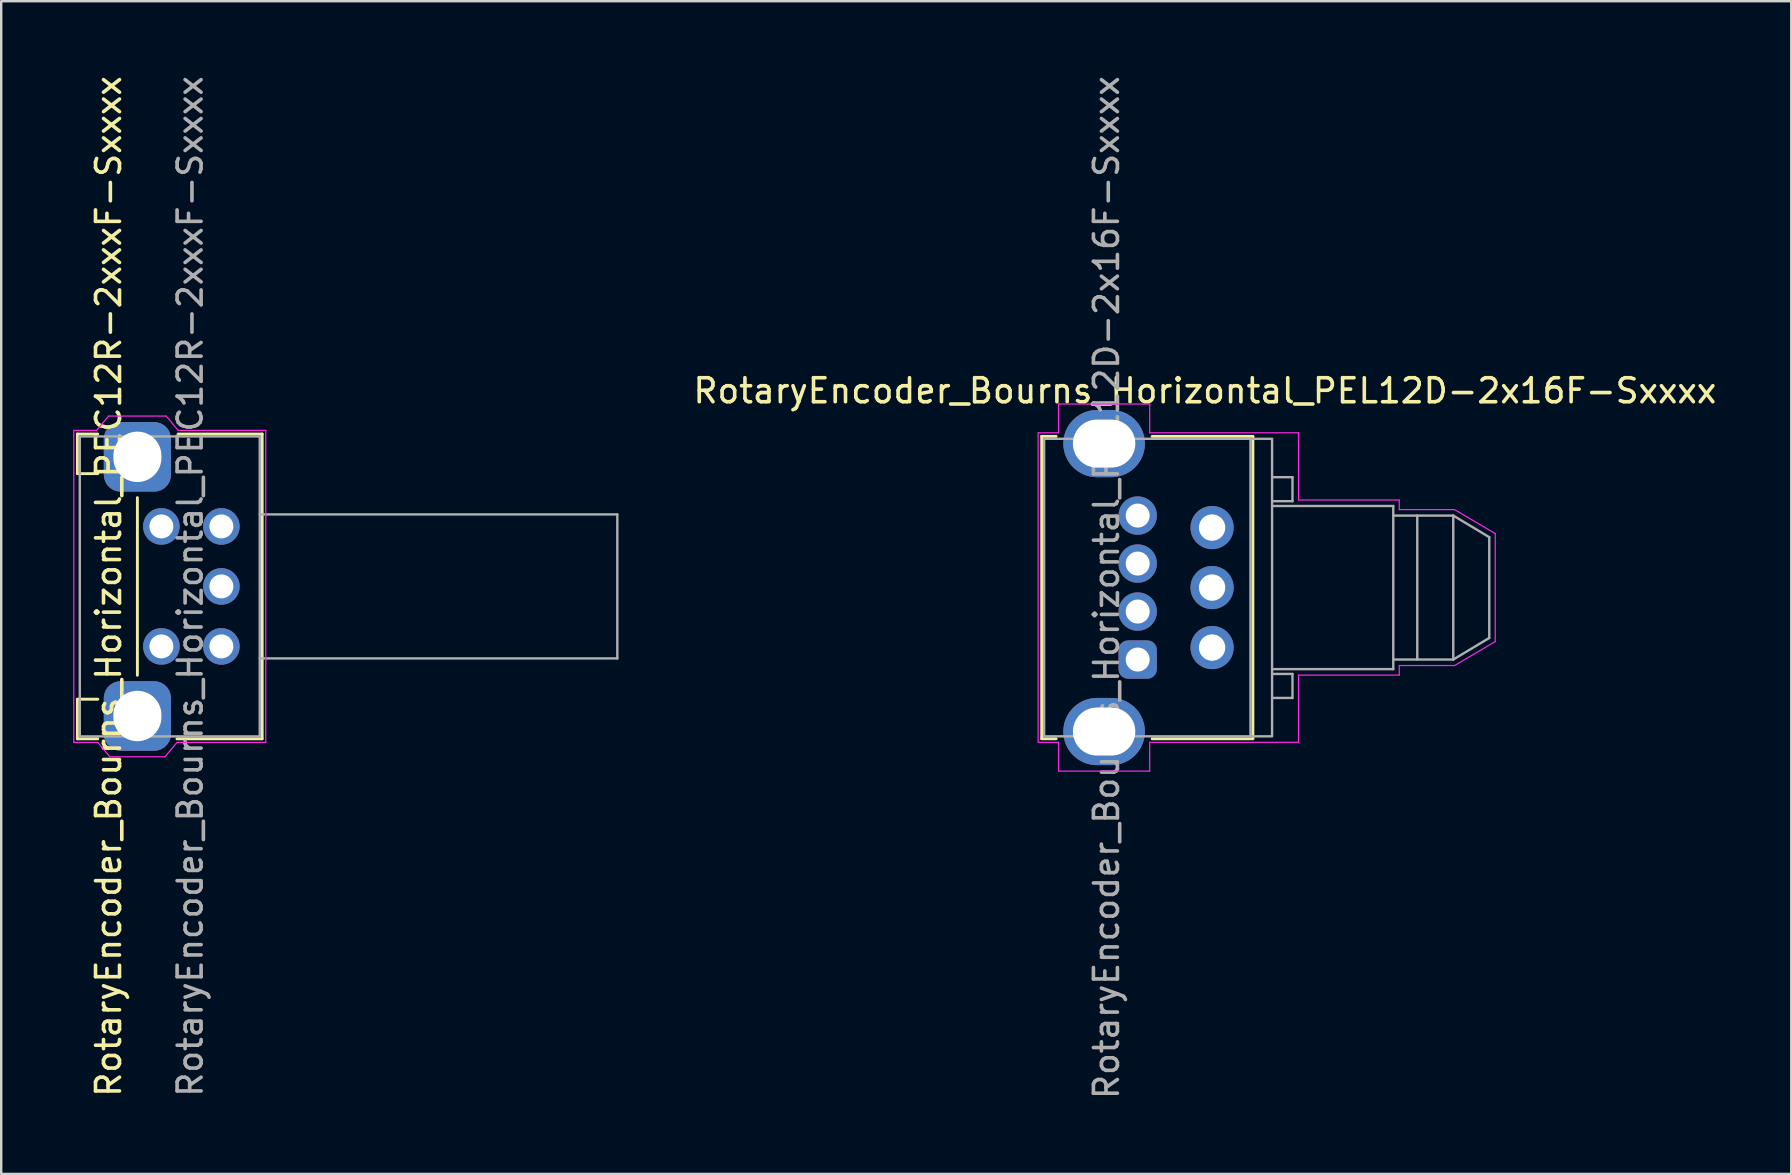
<source format=kicad_pcb>
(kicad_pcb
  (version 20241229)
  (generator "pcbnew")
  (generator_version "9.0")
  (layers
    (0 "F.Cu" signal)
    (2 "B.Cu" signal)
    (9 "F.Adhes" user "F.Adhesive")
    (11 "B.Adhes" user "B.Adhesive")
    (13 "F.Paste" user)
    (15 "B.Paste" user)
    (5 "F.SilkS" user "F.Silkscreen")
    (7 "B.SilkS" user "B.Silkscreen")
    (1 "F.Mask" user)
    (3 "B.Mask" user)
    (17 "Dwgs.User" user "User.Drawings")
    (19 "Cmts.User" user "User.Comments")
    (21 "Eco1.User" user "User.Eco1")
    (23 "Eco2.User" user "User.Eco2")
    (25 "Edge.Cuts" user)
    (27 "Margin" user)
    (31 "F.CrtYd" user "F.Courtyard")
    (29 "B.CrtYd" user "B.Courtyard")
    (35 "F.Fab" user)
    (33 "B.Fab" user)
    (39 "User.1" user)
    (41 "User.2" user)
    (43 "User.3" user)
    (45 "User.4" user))
  (footprint "RotaryEncoder_Bourns_Horizontal_PEL12D-2x16F-Sxxxx"
    (layer "F.Cu")
    (at 44.36 24.435)
    (property "Reference" "RotaryEncoder_Bourns_Horizontal_PEL12D-2x16F-Sxxxx" (at 2.8 -11.2 0) (layer "F.SilkS") (effects (font (size 1 1) (thickness 0.15))))
    (attr through_hole)
    (fp_line (start -4 -9.3) (end -4 3.3) (stroke (width 0.12) (type default)) (layer "F.SilkS"))
    (fp_line (start -4 3.3) (end -3.4 3.3) (stroke (width 0.12) (type default)) (layer "F.SilkS"))
    (fp_line (start -3.4 -9.3) (end -4 -9.3) (stroke (width 0.12) (type default)) (layer "F.SilkS"))
    (fp_line (start 0.6 3.3) (end 4.8 3.3) (stroke (width 0.12) (type default)) (layer "F.SilkS"))
    (fp_line (start 4.8 -9.3) (end 0.6 -9.3) (stroke (width 0.12) (type default)) (layer "F.SilkS"))
    (fp_line (start 4.8 3.3) (end 4.8 -9.3) (stroke (width 0.12) (type default)) (layer "F.SilkS"))
    (fp_line (start -4.15 -9.45) (end -4.15 3.45) (stroke (width 0.05) (type default)) (layer "F.CrtYd"))
    (fp_line (start -4.15 3.45) (end -3.3 3.45) (stroke (width 0.05) (type default)) (layer "F.CrtYd"))
    (fp_line (start -3.3 -10.65) (end -3.3 -9.45) (stroke (width 0.05) (type default)) (layer "F.CrtYd"))
    (fp_line (start -3.3 -9.45) (end -4.15 -9.45) (stroke (width 0.05) (type default)) (layer "F.CrtYd"))
    (fp_line (start -3.3 3.45) (end -3.3 4.65) (stroke (width 0.05) (type default)) (layer "F.CrtYd"))
    (fp_line (start -3.3 4.65) (end 0.5 4.65) (stroke (width 0.05) (type default)) (layer "F.CrtYd"))
    (fp_line (start 0.5 -10.65) (end -3.3 -10.65) (stroke (width 0.05) (type default)) (layer "F.CrtYd"))
    (fp_line (start 0.5 -9.45) (end 0.5 -10.65) (stroke (width 0.05) (type default)) (layer "F.CrtYd"))
    (fp_line (start 0.5 3.45) (end 6.7 3.45) (stroke (width 0.05) (type default)) (layer "F.CrtYd"))
    (fp_line (start 0.5 4.65) (end 0.5 3.45) (stroke (width 0.05) (type default)) (layer "F.CrtYd"))
    (fp_line (start 6.7 -9.45) (end 0.5 -9.45) (stroke (width 0.05) (type default)) (layer "F.CrtYd"))
    (fp_line (start 6.7 -6.65) (end 6.7 -9.45) (stroke (width 0.05) (type default)) (layer "F.CrtYd"))
    (fp_line (start 6.7 0.65) (end 6.7 3.45) (stroke (width 0.05) (type default)) (layer "F.CrtYd"))
    (fp_line (start 10.9 -6.65) (end 6.7 -6.65) (stroke (width 0.05) (type default)) (layer "F.CrtYd"))
    (fp_line (start 10.9 -6.25) (end 10.9 -6.65) (stroke (width 0.05) (type default)) (layer "F.CrtYd"))
    (fp_line (start 10.9 0.25) (end 13.2 0.25) (stroke (width 0.05) (type default)) (layer "F.CrtYd"))
    (fp_line (start 10.9 0.65) (end 6.7 0.65) (stroke (width 0.05) (type default)) (layer "F.CrtYd"))
    (fp_line (start 10.9 0.65) (end 10.9 0.25) (stroke (width 0.05) (type default)) (layer "F.CrtYd"))
    (fp_line (start 13.2 -6.25) (end 10.9 -6.25) (stroke (width 0.05) (type default)) (layer "F.CrtYd"))
    (fp_line (start 13.2 -6.25) (end 14.9 -5.25) (stroke (width 0.05) (type default)) (layer "F.CrtYd"))
    (fp_line (start 13.2 0.25) (end 14.9 -0.75) (stroke (width 0.05) (type default)) (layer "F.CrtYd"))
    (fp_line (start 14.9 -0.75) (end 14.9 -5.25) (stroke (width 0.05) (type default)) (layer "F.CrtYd"))
    (fp_line (start 4.7 -9.2) (end 4.7 3.2) (stroke (width 0.1) (type default)) (layer "F.Fab"))
    (fp_line (start 5.65 -7.6) (end 6.45 -7.6) (stroke (width 0.1) (type default)) (layer "F.Fab"))
    (fp_line (start 5.65 -6.4) (end 10.65 -6.4) (stroke (width 0.1) (type default)) (layer "F.Fab"))
    (fp_line (start 5.65 1.6) (end 6.45 1.6) (stroke (width 0.1) (type default)) (layer "F.Fab"))
    (fp_line (start 6.45 -7.6) (end 6.45 -6.6) (stroke (width 0.1) (type default)) (layer "F.Fab"))
    (fp_line (start 6.45 -6.6) (end 5.65 -6.6) (stroke (width 0.1) (type default)) (layer "F.Fab"))
    (fp_line (start 6.45 0.6) (end 5.65 0.6) (stroke (width 0.1) (type default)) (layer "F.Fab"))
    (fp_line (start 6.45 1.6) (end 6.45 0.6) (stroke (width 0.1) (type default)) (layer "F.Fab"))
    (fp_line (start 10.65 -6.4) (end 10.65 0.4) (stroke (width 0.1) (type default)) (layer "F.Fab"))
    (fp_line (start 10.65 -6) (end 13.15 -6) (stroke (width 0.1) (type default)) (layer "F.Fab"))
    (fp_line (start 10.65 0.4) (end 5.65 0.4) (stroke (width 0.1) (type default)) (layer "F.Fab"))
    (fp_line (start 11.65 -6) (end 11.65 0) (stroke (width 0.1) (type default)) (layer "F.Fab"))
    (fp_line (start 13.15 -6) (end 13.15 0) (stroke (width 0.1) (type default)) (layer "F.Fab"))
    (fp_line (start 13.15 -6) (end 14.65 -5.1) (stroke (width 0.1) (type default)) (layer "F.Fab"))
    (fp_line (start 13.15 0) (end 10.65 0) (stroke (width 0.1) (type default)) (layer "F.Fab"))
    (fp_line (start 13.15 0) (end 14.65 -0.9) (stroke (width 0.1) (type default)) (layer "F.Fab"))
    (fp_line (start 14.65 -0.9) (end 14.65 -5.1) (stroke (width 0.1) (type default)) (layer "F.Fab"))
    (fp_rect (start -3.9 -9.2) (end 5.6 3.2) (stroke (width 0.1) (type default)) (fill no) (layer "F.Fab"))
    (fp_text user "${REFERENCE}" (at -1.3 -3 90) (layer "F.Fab") (effects (font (size 1 1) (thickness 0.15))))
    (pad "1" thru_hole roundrect (at 0 0) (size 1.6 1.6) (drill 1) (layers "*.Cu" "*.Mask") (roundrect_rratio 0.25))
    (pad "2" thru_hole circle (at 0 -2) (size 1.6 1.6) (drill 1) (layers "*.Cu" "*.Mask"))
    (pad "3" thru_hole circle (at 0 -4) (size 1.6 1.6) (drill 1) (layers "*.Cu" "*.Mask"))
    (pad "4" thru_hole circle (at 0 -6) (size 1.6 1.6) (drill 1) (layers "*.Cu" "*.Mask"))
    (pad "A" thru_hole circle (at 3.1 -0.5) (size 1.8 1.8) (drill 1.1) (layers "*.Cu" "*.Mask"))
    (pad "B" thru_hole circle (at 3.1 -3) (size 1.8 1.8) (drill 1.1) (layers "*.Cu" "*.Mask"))
    (pad "C" thru_hole circle (at 3.1 -5.5) (size 1.8 1.8) (drill 1.1) (layers "*.Cu" "*.Mask"))
    (pad "SH" thru_hole oval (at -1.4 -9) (size 3.4 2.8) (drill oval 2.6 2) (layers "*.Cu" "*.Mask"))
    (pad "SH" thru_hole oval (at -1.4 3) (size 3.4 2.8) (drill oval 2.6 2) (layers "*.Cu" "*.Mask"))
    (zone (net_name "") (layer "F.Cu") (hatch edge 0.5) (connect_pads) (min_thickness 0.25) (filled_areas_thickness no) (keepout (tracks not_allowed) (vias not_allowed) (pads not_allowed) (copperpour allowed) (footprints allowed)) (placement (enabled no)) (fill) (polygon (pts (xy 41.16 15.035) (xy 40.26 15.035) (xy 40.26 15.735) (xy 41.16 15.735))))
    (zone (net_name "") (layer "F.Cu") (hatch edge 0.5) (connect_pads) (min_thickness 0.25) (filled_areas_thickness no) (keepout (tracks not_allowed) (vias not_allowed) (pads not_allowed) (copperpour allowed) (footprints allowed)) (placement (enabled no)) (fill) (polygon (pts (xy 41.16 27.135) (xy 40.26 27.135) (xy 40.26 27.835) (xy 41.16 27.835))))
    (zone (net_name "") (layers "F.Cu" "F.Fab") (hatch edge 0.5) (connect_pads) (min_thickness 0.25) (filled_areas_thickness no) (keepout (tracks not_allowed) (vias not_allowed) (pads not_allowed) (copperpour allowed) (footprints allowed)) (placement (enabled no)) (fill) (polygon (pts (xy 49.26 14.985) (xy 47.96 14.985) (xy 47.96 15.735) (xy 49.26 15.735))))
    (zone (net_name "") (layers "F.Cu" "F.Fab") (hatch edge 0.5) (connect_pads) (min_thickness 0.25) (filled_areas_thickness no) (keepout (tracks not_allowed) (vias not_allowed) (pads not_allowed) (copperpour allowed) (footprints allowed)) (placement (enabled no)) (fill) (polygon (pts (xy 49.26 27.135) (xy 47.96 27.135) (xy 47.96 27.885) (xy 49.26 27.885)))))
  (footprint "RotaryEncoder_Bourns_Horizontal_PEC12R-2xxxF-Sxxxx"
    (layer "F.Cu")
    (at 6.175 23.887)
    (property "Reference" "RotaryEncoder_Bourns_Horizontal_PEC12R-2xxxF-Sxxxx" (at -4.7 -2.5 270) (layer "F.SilkS") (effects (font (size 1 1) (thickness 0.15))))
    (attr through_hole)
    (fp_line (start -6 -8.85) (end -6 -7.2) (stroke (width 0.12) (type solid)) (layer "F.SilkS"))
    (fp_line (start -6 -7.2) (end -5.15 -7.2) (stroke (width 0.12) (type solid)) (layer "F.SilkS"))
    (fp_line (start -6 2.2) (end -5.15 2.2) (stroke (width 0.12) (type solid)) (layer "F.SilkS"))
    (fp_line (start -6 3.85) (end -6 2.2) (stroke (width 0.12) (type solid)) (layer "F.SilkS"))
    (fp_line (start -5.15 -8.85) (end -6 -8.85) (stroke (width 0.12) (type solid)) (layer "F.SilkS"))
    (fp_line (start -5.15 3.85) (end -6 3.85) (stroke (width 0.12) (type solid)) (layer "F.SilkS"))
    (fp_line (start -3.5 1.2) (end -3.5 -6.2) (stroke (width 0.12) (type solid)) (layer "F.SilkS"))
    (fp_line (start -1.85 3.85) (end 1.7 3.85) (stroke (width 0.12) (type solid)) (layer "F.SilkS"))
    (fp_line (start 1.7 -8.85) (end -1.8 -8.85) (stroke (width 0.12) (type solid)) (layer "F.SilkS"))
    (fp_line (start 1.7 3.85) (end 1.7 -8.85) (stroke (width 0.12) (type solid)) (layer "F.SilkS"))
    (fp_line (start -6.15 -9) (end -5.2 -9) (stroke (width 0.05) (type solid)) (layer "F.CrtYd"))
    (fp_line (start -6.15 4) (end -6.15 -9) (stroke (width 0.05) (type solid)) (layer "F.CrtYd"))
    (fp_line (start -6.15 4) (end -5.15 4) (stroke (width 0.05) (type solid)) (layer "F.CrtYd"))
    (fp_line (start -5.2 -9) (end -4.7 -9.6) (stroke (width 0.05) (type solid)) (layer "F.CrtYd"))
    (fp_line (start -5.15 4) (end -4.65 4.6) (stroke (width 0.05) (type solid)) (layer "F.CrtYd"))
    (fp_line (start -4.7 -9.6) (end -2.3 -9.6) (stroke (width 0.05) (type solid)) (layer "F.CrtYd"))
    (fp_line (start -2.35 4.6) (end -4.65 4.6) (stroke (width 0.05) (type solid)) (layer "F.CrtYd"))
    (fp_line (start -2.3 -9.6) (end -1.8 -9) (stroke (width 0.05) (type solid)) (layer "F.CrtYd"))
    (fp_line (start -1.85 4) (end -2.35 4.6) (stroke (width 0.05) (type solid)) (layer "F.CrtYd"))
    (fp_line (start -1.8 -9) (end 1.85 -9) (stroke (width 0.05) (type solid)) (layer "F.CrtYd"))
    (fp_line (start 1.85 -9) (end 1.85 4) (stroke (width 0.05) (type solid)) (layer "F.CrtYd"))
    (fp_line (start 1.85 4) (end -1.85 4) (stroke (width 0.05) (type solid)) (layer "F.CrtYd"))
    (fp_line (start -5.9 -8.75) (end 1.6 -8.75) (stroke (width 0.1) (type solid)) (layer "F.Fab"))
    (fp_line (start -5.9 3.7) (end -5.9 -8.7) (stroke (width 0.1) (type solid)) (layer "F.Fab"))
    (fp_line (start 1.6 -8.75) (end 1.6 3.7) (stroke (width 0.1) (type solid)) (layer "F.Fab"))
    (fp_line (start 1.6 0.5) (end 16.5 0.5) (stroke (width 0.1) (type solid)) (layer "F.Fab"))
    (fp_line (start 1.6 3.75) (end -5.9 3.75) (stroke (width 0.1) (type solid)) (layer "F.Fab"))
    (fp_line (start 16.5 -5.5) (end 1.6 -5.5) (stroke (width 0.1) (type solid)) (layer "F.Fab"))
    (fp_line (start 16.5 0.5) (end 16.5 -5.5) (stroke (width 0.1) (type solid)) (layer "F.Fab"))
    (fp_text user "${REFERENCE}" (at -1.3 -2.5 270) (layer "F.Fab") (effects (font (size 1 1) (thickness 0.15))))
    (pad "A" thru_hole circle (at 0 0 90) (size 1.524 1.524) (drill 1) (layers "*.Cu" "*.Mask"))
    (pad "B" thru_hole circle (at 0 -5 90) (size 1.524 1.524) (drill 1) (layers "*.Cu" "*.Mask"))
    (pad "C" thru_hole circle (at 0 -2.5 90) (size 1.524 1.524) (drill 1) (layers "*.Cu" "*.Mask"))
    (pad "S1" thru_hole circle (at -2.5 0 90) (size 1.524 1.524) (drill 1) (layers "*.Cu" "*.Mask"))
    (pad "S2" thru_hole circle (at -2.5 -5 90) (size 1.524 1.524) (drill 1) (layers "*.Cu" "*.Mask"))
    (pad "SH" thru_hole roundrect (at -3.5 -7.9 90) (size 2.9 2.8) (drill oval 2.1 2) (layers "*.Cu" "*.Mask") (roundrect_rratio 0.25))
    (pad "SH" thru_hole roundrect (at -3.5 2.9 90) (size 2.9 2.8) (drill oval 2.1 2) (layers "*.Cu" "*.Mask") (roundrect_rratio 0.25)))
  (gr_rect
    (start -3 -3)
    (end 71.594 45.869)
    (stroke (width 0.1) (type default))
    (fill no)
    (layer "Edge.Cuts")))
</source>
